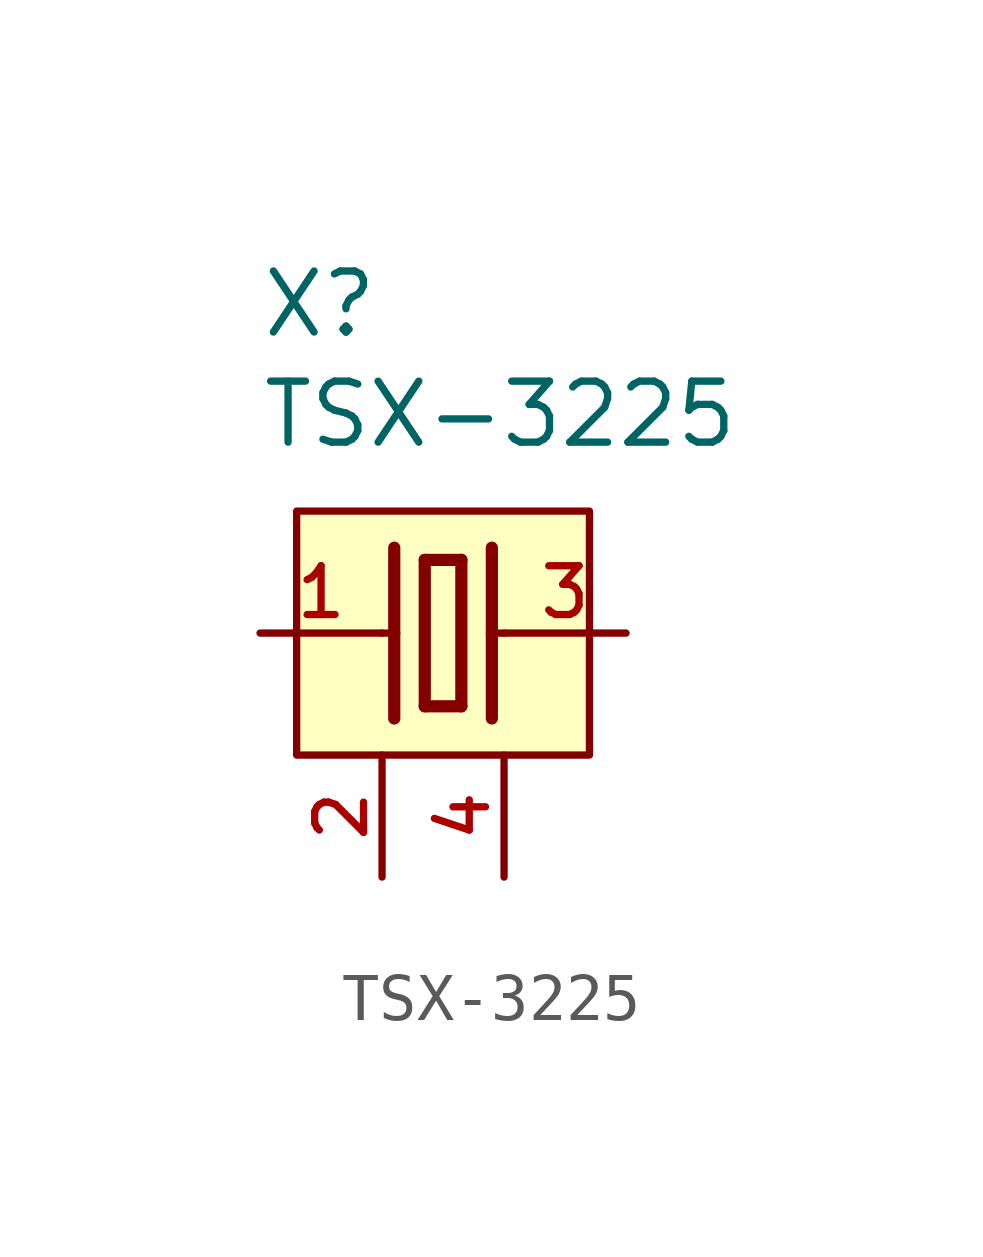
<source format=kicad_sym>
(kicad_symbol_lib
  (version 20211014)
  (generator kicad_symbol_editor)
  (symbol "TSX-3225"
    (pin_names
      (offset 1.016))
    (property "Reference" "X"
      (at -2.544 6.105 0)
      (effects (font (size 1.27 1.27)) (justify bottom left)))
    (property "Value" "TSX-3225"
      (at -2.541 3.812 0)
      (effects (font (size 1.27 1.27)) (justify bottom left)))
    (symbol "TSX-3225_0_0"
      (polyline (pts (xy 2.286 0.0) (xy 2.54 0.0)) (stroke (width 0.152)))
      (polyline (pts (xy 0.0 0.0) (xy 0.254 0.0)) (stroke (width 0.152)))
      (polyline (pts (xy 0.889 1.524) (xy 0.889 -1.524)) (stroke (width 0.254)))
      (polyline (pts (xy 0.889 -1.524) (xy 1.651 -1.524)) (stroke (width 0.254)))
      (polyline (pts (xy 1.651 -1.524) (xy 1.651 1.524)) (stroke (width 0.254)))
      (polyline (pts (xy 1.651 1.524) (xy 0.889 1.524)) (stroke (width 0.254)))
      (polyline (pts (xy 2.286 1.778) (xy 2.286 0.0)) (stroke (width 0.254)))
      (polyline (pts (xy 2.286 0.0) (xy 2.286 -1.778)) (stroke (width 0.254)))
      (polyline (pts (xy 0.254 1.778) (xy 0.254 0.0)) (stroke (width 0.254)))
      (polyline (pts (xy 0.254 0.0) (xy 0.254 -1.778)) (stroke (width 0.254)))
      (rectangle (start -1.778 -2.54) (end 4.318 2.54) (stroke (width 0.152)) (fill (type background)))
      (pin passive line (at 5.08 0.0 180.0) (length 2.54) (name "~" (effects (font (size 1.016 1.016)))) (number "3" (effects (font (size 1.016 1.016)))))
      (pin passive line (at -2.54 0.0 0) (length 2.54) (name "~" (effects (font (size 1.016 1.016)))) (number "1" (effects (font (size 1.016 1.016)))))
      (pin passive line (at 2.54 -5.08 90.0) (length 2.54) (name "~" (effects (font (size 1.016 1.016)))) (number "4" (effects (font (size 1.016 1.016)))))
      (pin passive line (at 0.0 -5.08 90.0) (length 2.54) (name "~" (effects (font (size 1.016 1.016)))) (number "2" (effects (font (size 1.016 1.016))))))))
</source>
